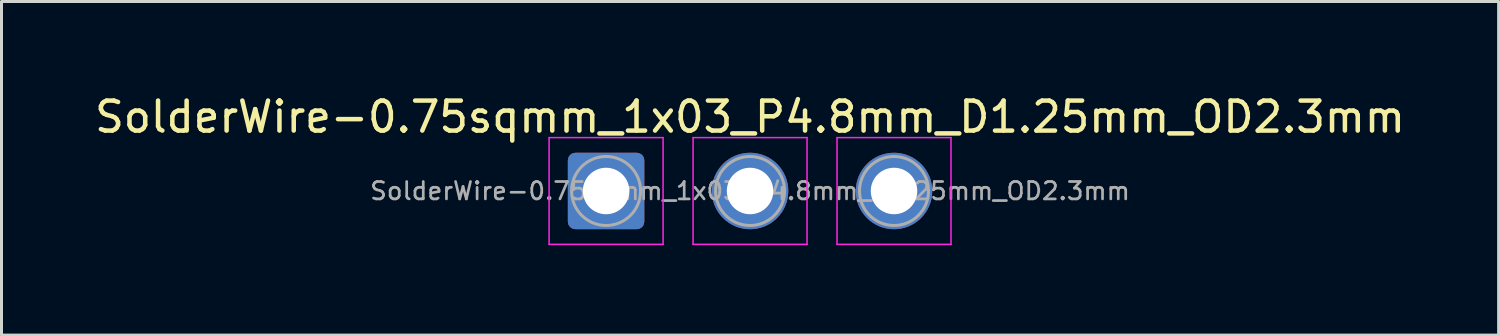
<source format=kicad_pcb>
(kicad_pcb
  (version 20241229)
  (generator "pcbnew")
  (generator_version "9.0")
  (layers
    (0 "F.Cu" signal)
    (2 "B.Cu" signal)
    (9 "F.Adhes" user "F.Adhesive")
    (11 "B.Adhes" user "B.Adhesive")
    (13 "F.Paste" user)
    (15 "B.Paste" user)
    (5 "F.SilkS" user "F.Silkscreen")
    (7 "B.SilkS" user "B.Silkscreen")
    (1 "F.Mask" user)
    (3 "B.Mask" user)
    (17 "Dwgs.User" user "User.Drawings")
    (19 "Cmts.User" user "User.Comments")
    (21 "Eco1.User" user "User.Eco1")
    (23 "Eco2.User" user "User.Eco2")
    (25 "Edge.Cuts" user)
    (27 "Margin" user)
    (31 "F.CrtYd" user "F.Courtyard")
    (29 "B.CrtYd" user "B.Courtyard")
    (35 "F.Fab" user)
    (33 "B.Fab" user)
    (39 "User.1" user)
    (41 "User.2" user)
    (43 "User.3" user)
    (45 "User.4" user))
  (footprint "SolderWire-0.75sqmm_1x03_P4.8mm_D1.25mm_OD2.3mm"
    (layer "F.Cu")
    (at 17.158 3.318)
    (property "Reference" "SolderWire-0.75sqmm_1x03_P4.8mm_D1.25mm_OD2.3mm" (at 4.8 -2.47 0) (layer "F.SilkS") (effects (font (size 1 1) (thickness 0.15))))
    (attr exclude_from_pos_files exclude_from_bom)
    (fp_line (start -1.9 -1.78) (end -1.9 1.78) (stroke (width 0.05) (type solid)) (layer "F.CrtYd"))
    (fp_line (start -1.9 1.78) (end 1.9 1.78) (stroke (width 0.05) (type solid)) (layer "F.CrtYd"))
    (fp_line (start 1.9 -1.78) (end -1.9 -1.78) (stroke (width 0.05) (type solid)) (layer "F.CrtYd"))
    (fp_line (start 1.9 1.78) (end 1.9 -1.78) (stroke (width 0.05) (type solid)) (layer "F.CrtYd"))
    (fp_line (start 2.9 -1.78) (end 2.9 1.78) (stroke (width 0.05) (type solid)) (layer "F.CrtYd"))
    (fp_line (start 2.9 1.78) (end 6.7 1.78) (stroke (width 0.05) (type solid)) (layer "F.CrtYd"))
    (fp_line (start 6.7 -1.78) (end 2.9 -1.78) (stroke (width 0.05) (type solid)) (layer "F.CrtYd"))
    (fp_line (start 6.7 1.78) (end 6.7 -1.78) (stroke (width 0.05) (type solid)) (layer "F.CrtYd"))
    (fp_line (start 7.7 -1.78) (end 7.7 1.78) (stroke (width 0.05) (type solid)) (layer "F.CrtYd"))
    (fp_line (start 7.7 1.78) (end 11.5 1.78) (stroke (width 0.05) (type solid)) (layer "F.CrtYd"))
    (fp_line (start 11.5 -1.78) (end 7.7 -1.78) (stroke (width 0.05) (type solid)) (layer "F.CrtYd"))
    (fp_line (start 11.5 1.78) (end 11.5 -1.78) (stroke (width 0.05) (type solid)) (layer "F.CrtYd"))
    (fp_circle (center 0 0) (end 1.15 0) (stroke (width 0.1) (type solid)) (fill no) (layer "F.Fab"))
    (fp_circle (center 4.8 0) (end 5.95 0) (stroke (width 0.1) (type solid)) (fill no) (layer "F.Fab"))
    (fp_circle (center 9.6 0) (end 10.75 0) (stroke (width 0.1) (type solid)) (fill no) (layer "F.Fab"))
    (fp_text user "${REFERENCE}" (at 4.8 0 0) (layer "F.Fab") (effects (font (size 0.58 0.58) (thickness 0.09))))
    (pad "1" thru_hole roundrect (at 0 0) (size 2.55 2.55) (drill 1.55) (layers "*.Cu" "*.Mask") (roundrect_rratio 0.098))
    (pad "2" thru_hole circle (at 4.8 0) (size 2.55 2.55) (drill 1.55) (layers "*.Cu" "*.Mask"))
    (pad "3" thru_hole circle (at 9.6 0) (size 2.55 2.55) (drill 1.55) (layers "*.Cu" "*.Mask")))
  (gr_rect
    (start -3 -3)
    (end 46.917 8.123)
    (stroke (width 0.1) (type default))
    (fill no)
    (layer "Edge.Cuts")))
</source>
